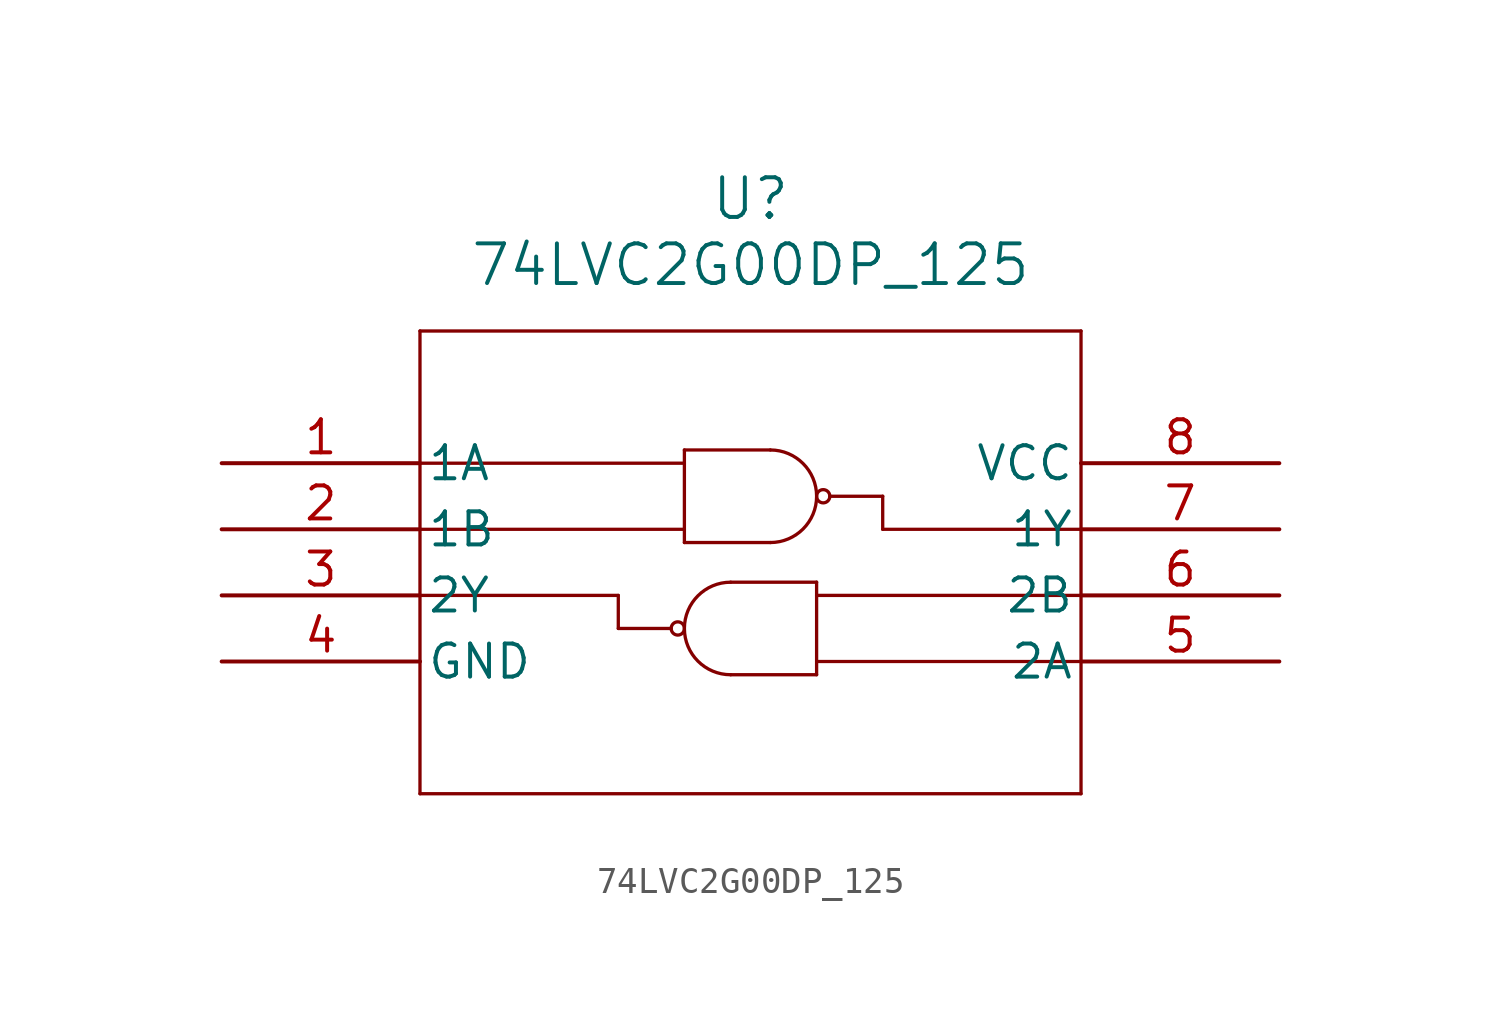
<source format=kicad_sym>
(kicad_symbol_lib
  (version 20211014)
  (generator kicad_symbol_editor)
  (symbol "74LVC2G00DP_125"
    (pin_names
      (offset 0.254))
    (property "Reference" "U"
      (at 20.32 10.16 0)
      (effects (font (size 1.524 1.524))))
    (property "Value" "74LVC2G00DP_125"
      (at 20.32 7.62 0)
      (effects (font (size 1.524 1.524))))
    (symbol "74LVC2G00DP_125_0_1"
      (polyline (pts (xy 7.62 5.08) (xy 7.62 -12.7)) (stroke (width 0.127) (type default) (color 0 0 0 0)) (fill (type none)))
      (polyline (pts (xy 7.62 -12.7) (xy 33.02 -12.7)) (stroke (width 0.127) (type default) (color 0 0 0 0)) (fill (type none)))
      (polyline (pts (xy 33.02 -12.7) (xy 33.02 5.08)) (stroke (width 0.127) (type default) (color 0 0 0 0)) (fill (type none)))
      (polyline (pts (xy 33.02 5.08) (xy 7.62 5.08)) (stroke (width 0.127) (type default) (color 0 0 0 0)) (fill (type none)))
      (polyline (pts (xy 17.78 0.508) (xy 17.78 -3.048)) (stroke (width 0.127) (type default) (color 0 0 0 0)) (fill (type none)))
      (arc (start 21.082 -3.048) (mid 22.86 -1.27) (end 21.082 0.508) (stroke (width 0.127) (type default) (color 0 0 0 0)) (fill (type none)))
      (polyline (pts (xy 17.78 0.508) (xy 21.082 0.508)) (stroke (width 0.127) (type default) (color 0 0 0 0)) (fill (type none)))
      (polyline (pts (xy 17.78 -3.048) (xy 21.082 -3.048)) (stroke (width 0.127) (type default) (color 0 0 0 0)) (fill (type none)))
      (circle (center 23.114 -1.27) (radius 0.254) (stroke (width 0.127) (type default) (color 0 0 0 0)) (fill (type none)))
      (polyline (pts (xy 7.62 0) (xy 17.78 0)) (stroke (width 0.127) (type default) (color 0 0 0 0)) (fill (type none)))
      (polyline (pts (xy 7.62 -2.54) (xy 17.78 -2.54)) (stroke (width 0.127) (type default) (color 0 0 0 0)) (fill (type none)))
      (polyline (pts (xy 33.02 -2.54) (xy 25.4 -2.54)) (stroke (width 0.127) (type default) (color 0 0 0 0)) (fill (type none)))
      (polyline (pts (xy 25.4 -1.27) (xy 25.4 -2.54)) (stroke (width 0.127) (type default) (color 0 0 0 0)) (fill (type none)))
      (polyline (pts (xy 23.368 -1.27) (xy 25.4 -1.27)) (stroke (width 0.127) (type default) (color 0 0 0 0)) (fill (type none)))
      (polyline (pts (xy 22.86 -8.128) (xy 22.86 -4.572)) (stroke (width 0.127) (type default) (color 0 0 0 0)) (fill (type none)))
      (arc (start 19.558 -4.572) (mid 17.78 -6.35) (end 19.558 -8.128) (stroke (width 0.127) (type default) (color 0 0 0 0)) (fill (type none)))
      (polyline (pts (xy 22.86 -8.128) (xy 19.558 -8.128)) (stroke (width 0.127) (type default) (color 0 0 0 0)) (fill (type none)))
      (polyline (pts (xy 22.86 -4.572) (xy 19.558 -4.572)) (stroke (width 0.127) (type default) (color 0 0 0 0)) (fill (type none)))
      (circle (center 17.526 -6.35) (radius 0.254) (stroke (width 0.127) (type default) (color 0 0 0 0)) (fill (type none)))
      (polyline (pts (xy 33.02 -7.62) (xy 22.86 -7.62)) (stroke (width 0.127) (type default) (color 0 0 0 0)) (fill (type none)))
      (polyline (pts (xy 33.02 -5.08) (xy 22.86 -5.08)) (stroke (width 0.127) (type default) (color 0 0 0 0)) (fill (type none)))
      (polyline (pts (xy 7.62 -5.08) (xy 15.24 -5.08)) (stroke (width 0.127) (type default) (color 0 0 0 0)) (fill (type none)))
      (polyline (pts (xy 15.24 -6.35) (xy 15.24 -5.08)) (stroke (width 0.127) (type default) (color 0 0 0 0)) (fill (type none)))
      (polyline (pts (xy 17.272 -6.35) (xy 15.24 -6.35)) (stroke (width 0.127) (type default) (color 0 0 0 0)) (fill (type none)))
      (pin input line (at 0 0 0) (length 7.62) (name "1A" (effects (font (size 1.27 1.27)))) (number "1" (effects (font (size 1.27 1.27)))))
      (pin input line (at 0 -2.54 0) (length 7.62) (name "1B" (effects (font (size 1.27 1.27)))) (number "2" (effects (font (size 1.27 1.27)))))
      (pin output line (at 0 -5.08 0) (length 7.62) (name "2Y" (effects (font (size 1.27 1.27)))) (number "3" (effects (font (size 1.27 1.27)))))
      (pin power_out line (at 0 -7.62 0) (length 7.62) (name "GND" (effects (font (size 1.27 1.27)))) (number "4" (effects (font (size 1.27 1.27)))))
      (pin input line (at 40.64 -7.62 180) (length 7.62) (name "2A" (effects (font (size 1.27 1.27)))) (number "5" (effects (font (size 1.27 1.27)))))
      (pin input line (at 40.64 -5.08 180) (length 7.62) (name "2B" (effects (font (size 1.27 1.27)))) (number "6" (effects (font (size 1.27 1.27)))))
      (pin output line (at 40.64 -2.54 180) (length 7.62) (name "1Y" (effects (font (size 1.27 1.27)))) (number "7" (effects (font (size 1.27 1.27)))))
      (pin power_in line (at 40.64 0 180) (length 7.62) (name "VCC" (effects (font (size 1.27 1.27)))) (number "8" (effects (font (size 1.27 1.27))))))))
</source>
